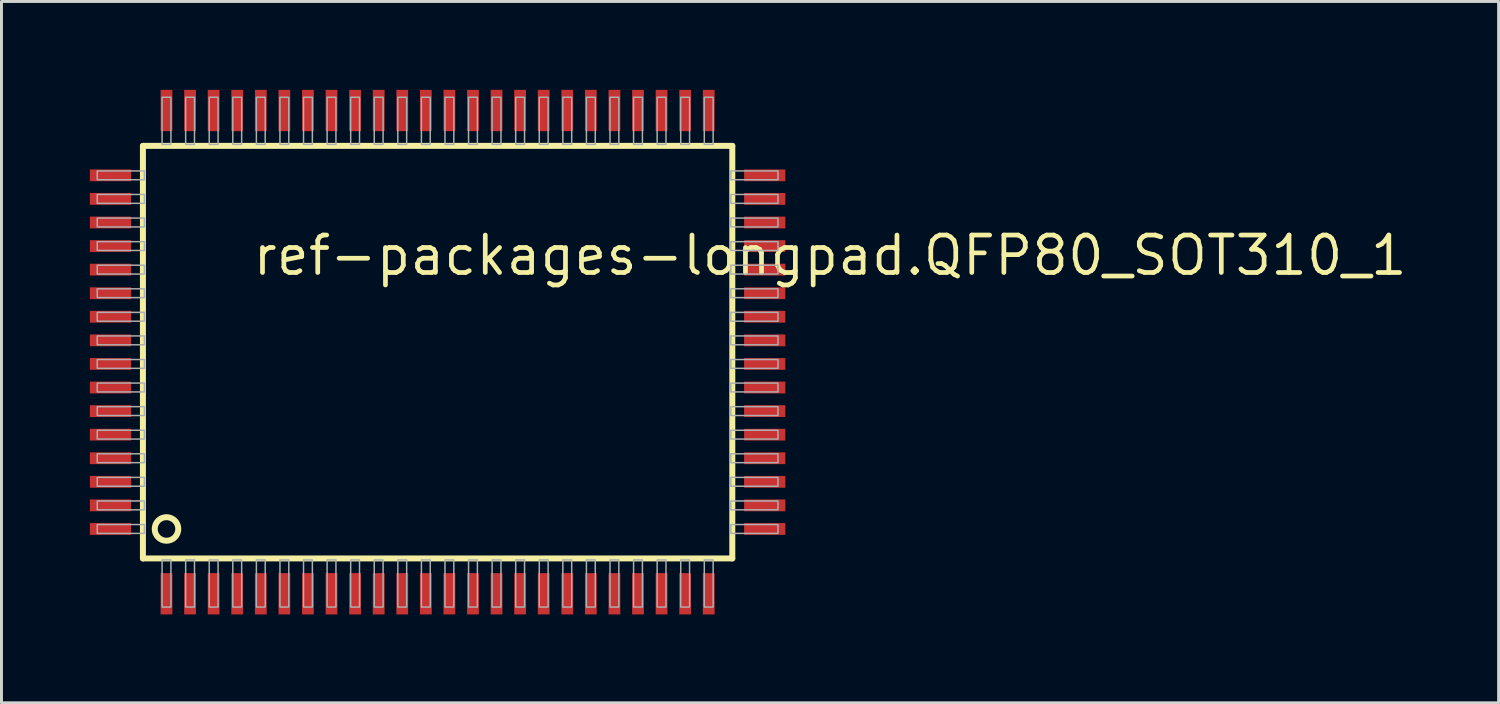
<source format=kicad_pcb>
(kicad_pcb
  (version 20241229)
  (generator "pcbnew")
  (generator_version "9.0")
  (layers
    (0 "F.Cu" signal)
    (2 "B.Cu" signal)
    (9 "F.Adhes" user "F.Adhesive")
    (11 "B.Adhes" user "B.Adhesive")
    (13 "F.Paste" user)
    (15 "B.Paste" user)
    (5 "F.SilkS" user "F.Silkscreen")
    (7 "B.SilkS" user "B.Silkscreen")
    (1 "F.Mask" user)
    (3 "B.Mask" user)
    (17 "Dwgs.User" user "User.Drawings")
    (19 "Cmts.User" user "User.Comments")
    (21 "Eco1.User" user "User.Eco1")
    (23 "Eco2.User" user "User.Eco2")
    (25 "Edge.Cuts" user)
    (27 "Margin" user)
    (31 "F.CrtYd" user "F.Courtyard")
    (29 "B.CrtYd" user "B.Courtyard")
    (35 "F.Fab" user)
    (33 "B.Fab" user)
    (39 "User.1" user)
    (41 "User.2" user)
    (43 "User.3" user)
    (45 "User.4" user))
  (footprint "ref-packages-longpad.QFP80_SOT310_1"
    (layer "F.Cu")
    (at 11.8 8.9)
    (property "Reference" "ref-packages-longpad.QFP80_SOT310_1" (at -6.35 -2.54 0) (layer "F.SilkS") (effects (font (size 1.27 1.27) (thickness 0.16)) (justify left bottom)))
    (attr smd)
    (fp_line (start -10 -7) (end 10 -7) (stroke (width 0.203) (type default)) (layer "F.SilkS"))
    (fp_line (start -10 7) (end -10 -7) (stroke (width 0.203) (type default)) (layer "F.SilkS"))
    (fp_line (start 10 -7) (end 10 7) (stroke (width 0.203) (type default)) (layer "F.SilkS"))
    (fp_line (start 10 7) (end -10 7) (stroke (width 0.203) (type default)) (layer "F.SilkS"))
    (fp_circle (center -9.2 6) (end -8.8 6) (stroke (width 0.203) (type default)) (fill no) (layer "F.SilkS"))
    (fp_rect (start -11.55 -5.85) (end -9.95 -6.15) (stroke (width 0.05) (type default)) (fill no) (layer "F.Fab"))
    (fp_rect (start -11.55 -5.05) (end -9.95 -5.35) (stroke (width 0.05) (type default)) (fill no) (layer "F.Fab"))
    (fp_rect (start -11.55 -4.25) (end -9.95 -4.55) (stroke (width 0.05) (type default)) (fill no) (layer "F.Fab"))
    (fp_rect (start -11.55 -3.45) (end -9.95 -3.75) (stroke (width 0.05) (type default)) (fill no) (layer "F.Fab"))
    (fp_rect (start -11.55 -2.65) (end -9.95 -2.95) (stroke (width 0.05) (type default)) (fill no) (layer "F.Fab"))
    (fp_rect (start -11.55 -1.85) (end -9.95 -2.15) (stroke (width 0.05) (type default)) (fill no) (layer "F.Fab"))
    (fp_rect (start -11.55 -1.05) (end -9.95 -1.35) (stroke (width 0.05) (type default)) (fill no) (layer "F.Fab"))
    (fp_rect (start -11.55 -0.25) (end -9.95 -0.55) (stroke (width 0.05) (type default)) (fill no) (layer "F.Fab"))
    (fp_rect (start -11.55 0.55) (end -9.95 0.25) (stroke (width 0.05) (type default)) (fill no) (layer "F.Fab"))
    (fp_rect (start -11.55 1.35) (end -9.95 1.05) (stroke (width 0.05) (type default)) (fill no) (layer "F.Fab"))
    (fp_rect (start -11.55 2.15) (end -9.95 1.85) (stroke (width 0.05) (type default)) (fill no) (layer "F.Fab"))
    (fp_rect (start -11.55 2.95) (end -9.95 2.65) (stroke (width 0.05) (type default)) (fill no) (layer "F.Fab"))
    (fp_rect (start -11.55 3.75) (end -9.95 3.45) (stroke (width 0.05) (type default)) (fill no) (layer "F.Fab"))
    (fp_rect (start -11.55 4.55) (end -9.95 4.25) (stroke (width 0.05) (type default)) (fill no) (layer "F.Fab"))
    (fp_rect (start -11.55 5.35) (end -9.95 5.05) (stroke (width 0.05) (type default)) (fill no) (layer "F.Fab"))
    (fp_rect (start -11.55 6.15) (end -9.95 5.85) (stroke (width 0.05) (type default)) (fill no) (layer "F.Fab"))
    (fp_rect (start -9.35 -7.05) (end -9.05 -8.65) (stroke (width 0.05) (type default)) (fill no) (layer "F.Fab"))
    (fp_rect (start -9.35 8.65) (end -9.05 7.05) (stroke (width 0.05) (type default)) (fill no) (layer "F.Fab"))
    (fp_rect (start -8.55 -7.05) (end -8.25 -8.65) (stroke (width 0.05) (type default)) (fill no) (layer "F.Fab"))
    (fp_rect (start -8.55 8.65) (end -8.25 7.05) (stroke (width 0.05) (type default)) (fill no) (layer "F.Fab"))
    (fp_rect (start -7.75 -7.05) (end -7.45 -8.65) (stroke (width 0.05) (type default)) (fill no) (layer "F.Fab"))
    (fp_rect (start -7.75 8.65) (end -7.45 7.05) (stroke (width 0.05) (type default)) (fill no) (layer "F.Fab"))
    (fp_rect (start -6.95 -7.05) (end -6.65 -8.65) (stroke (width 0.05) (type default)) (fill no) (layer "F.Fab"))
    (fp_rect (start -6.95 8.65) (end -6.65 7.05) (stroke (width 0.05) (type default)) (fill no) (layer "F.Fab"))
    (fp_rect (start -6.15 -7.05) (end -5.85 -8.65) (stroke (width 0.05) (type default)) (fill no) (layer "F.Fab"))
    (fp_rect (start -6.15 8.65) (end -5.85 7.05) (stroke (width 0.05) (type default)) (fill no) (layer "F.Fab"))
    (fp_rect (start -5.35 -7.05) (end -5.05 -8.65) (stroke (width 0.05) (type default)) (fill no) (layer "F.Fab"))
    (fp_rect (start -5.35 8.65) (end -5.05 7.05) (stroke (width 0.05) (type default)) (fill no) (layer "F.Fab"))
    (fp_rect (start -4.55 -7.05) (end -4.25 -8.65) (stroke (width 0.05) (type default)) (fill no) (layer "F.Fab"))
    (fp_rect (start -4.55 8.65) (end -4.25 7.05) (stroke (width 0.05) (type default)) (fill no) (layer "F.Fab"))
    (fp_rect (start -3.75 -7.05) (end -3.45 -8.65) (stroke (width 0.05) (type default)) (fill no) (layer "F.Fab"))
    (fp_rect (start -3.75 8.65) (end -3.45 7.05) (stroke (width 0.05) (type default)) (fill no) (layer "F.Fab"))
    (fp_rect (start -2.95 -7.05) (end -2.65 -8.65) (stroke (width 0.05) (type default)) (fill no) (layer "F.Fab"))
    (fp_rect (start -2.95 8.65) (end -2.65 7.05) (stroke (width 0.05) (type default)) (fill no) (layer "F.Fab"))
    (fp_rect (start -2.15 -7.05) (end -1.85 -8.65) (stroke (width 0.05) (type default)) (fill no) (layer "F.Fab"))
    (fp_rect (start -2.15 8.65) (end -1.85 7.05) (stroke (width 0.05) (type default)) (fill no) (layer "F.Fab"))
    (fp_rect (start -1.35 -7.05) (end -1.05 -8.65) (stroke (width 0.05) (type default)) (fill no) (layer "F.Fab"))
    (fp_rect (start -1.35 8.65) (end -1.05 7.05) (stroke (width 0.05) (type default)) (fill no) (layer "F.Fab"))
    (fp_rect (start -0.55 -7.05) (end -0.25 -8.65) (stroke (width 0.05) (type default)) (fill no) (layer "F.Fab"))
    (fp_rect (start -0.55 8.65) (end -0.25 7.05) (stroke (width 0.05) (type default)) (fill no) (layer "F.Fab"))
    (fp_rect (start 0.25 -7.05) (end 0.55 -8.65) (stroke (width 0.05) (type default)) (fill no) (layer "F.Fab"))
    (fp_rect (start 0.25 8.65) (end 0.55 7.05) (stroke (width 0.05) (type default)) (fill no) (layer "F.Fab"))
    (fp_rect (start 1.05 -7.05) (end 1.35 -8.65) (stroke (width 0.05) (type default)) (fill no) (layer "F.Fab"))
    (fp_rect (start 1.05 8.65) (end 1.35 7.05) (stroke (width 0.05) (type default)) (fill no) (layer "F.Fab"))
    (fp_rect (start 1.85 -7.05) (end 2.15 -8.65) (stroke (width 0.05) (type default)) (fill no) (layer "F.Fab"))
    (fp_rect (start 1.85 8.65) (end 2.15 7.05) (stroke (width 0.05) (type default)) (fill no) (layer "F.Fab"))
    (fp_rect (start 2.65 -7.05) (end 2.95 -8.65) (stroke (width 0.05) (type default)) (fill no) (layer "F.Fab"))
    (fp_rect (start 2.65 8.65) (end 2.95 7.05) (stroke (width 0.05) (type default)) (fill no) (layer "F.Fab"))
    (fp_rect (start 3.45 -7.05) (end 3.75 -8.65) (stroke (width 0.05) (type default)) (fill no) (layer "F.Fab"))
    (fp_rect (start 3.45 8.65) (end 3.75 7.05) (stroke (width 0.05) (type default)) (fill no) (layer "F.Fab"))
    (fp_rect (start 4.25 -7.05) (end 4.55 -8.65) (stroke (width 0.05) (type default)) (fill no) (layer "F.Fab"))
    (fp_rect (start 4.25 8.65) (end 4.55 7.05) (stroke (width 0.05) (type default)) (fill no) (layer "F.Fab"))
    (fp_rect (start 5.05 -7.05) (end 5.35 -8.65) (stroke (width 0.05) (type default)) (fill no) (layer "F.Fab"))
    (fp_rect (start 5.05 8.65) (end 5.35 7.05) (stroke (width 0.05) (type default)) (fill no) (layer "F.Fab"))
    (fp_rect (start 5.85 -7.05) (end 6.15 -8.65) (stroke (width 0.05) (type default)) (fill no) (layer "F.Fab"))
    (fp_rect (start 5.85 8.65) (end 6.15 7.05) (stroke (width 0.05) (type default)) (fill no) (layer "F.Fab"))
    (fp_rect (start 6.65 -7.05) (end 6.95 -8.65) (stroke (width 0.05) (type default)) (fill no) (layer "F.Fab"))
    (fp_rect (start 6.65 8.65) (end 6.95 7.05) (stroke (width 0.05) (type default)) (fill no) (layer "F.Fab"))
    (fp_rect (start 7.45 -7.05) (end 7.75 -8.65) (stroke (width 0.05) (type default)) (fill no) (layer "F.Fab"))
    (fp_rect (start 7.45 8.65) (end 7.75 7.05) (stroke (width 0.05) (type default)) (fill no) (layer "F.Fab"))
    (fp_rect (start 8.25 -7.05) (end 8.55 -8.65) (stroke (width 0.05) (type default)) (fill no) (layer "F.Fab"))
    (fp_rect (start 8.25 8.65) (end 8.55 7.05) (stroke (width 0.05) (type default)) (fill no) (layer "F.Fab"))
    (fp_rect (start 9.05 -7.05) (end 9.35 -8.65) (stroke (width 0.05) (type default)) (fill no) (layer "F.Fab"))
    (fp_rect (start 9.05 8.65) (end 9.35 7.05) (stroke (width 0.05) (type default)) (fill no) (layer "F.Fab"))
    (fp_rect (start 9.95 -5.85) (end 11.55 -6.15) (stroke (width 0.05) (type default)) (fill no) (layer "F.Fab"))
    (fp_rect (start 9.95 -5.05) (end 11.55 -5.35) (stroke (width 0.05) (type default)) (fill no) (layer "F.Fab"))
    (fp_rect (start 9.95 -4.25) (end 11.55 -4.55) (stroke (width 0.05) (type default)) (fill no) (layer "F.Fab"))
    (fp_rect (start 9.95 -3.45) (end 11.55 -3.75) (stroke (width 0.05) (type default)) (fill no) (layer "F.Fab"))
    (fp_rect (start 9.95 -2.65) (end 11.55 -2.95) (stroke (width 0.05) (type default)) (fill no) (layer "F.Fab"))
    (fp_rect (start 9.95 -1.85) (end 11.55 -2.15) (stroke (width 0.05) (type default)) (fill no) (layer "F.Fab"))
    (fp_rect (start 9.95 -1.05) (end 11.55 -1.35) (stroke (width 0.05) (type default)) (fill no) (layer "F.Fab"))
    (fp_rect (start 9.95 -0.25) (end 11.55 -0.55) (stroke (width 0.05) (type default)) (fill no) (layer "F.Fab"))
    (fp_rect (start 9.95 0.55) (end 11.55 0.25) (stroke (width 0.05) (type default)) (fill no) (layer "F.Fab"))
    (fp_rect (start 9.95 1.35) (end 11.55 1.05) (stroke (width 0.05) (type default)) (fill no) (layer "F.Fab"))
    (fp_rect (start 9.95 2.15) (end 11.55 1.85) (stroke (width 0.05) (type default)) (fill no) (layer "F.Fab"))
    (fp_rect (start 9.95 2.95) (end 11.55 2.65) (stroke (width 0.05) (type default)) (fill no) (layer "F.Fab"))
    (fp_rect (start 9.95 3.75) (end 11.55 3.45) (stroke (width 0.05) (type default)) (fill no) (layer "F.Fab"))
    (fp_rect (start 9.95 4.55) (end 11.55 4.25) (stroke (width 0.05) (type default)) (fill no) (layer "F.Fab"))
    (fp_rect (start 9.95 5.35) (end 11.55 5.05) (stroke (width 0.05) (type default)) (fill no) (layer "F.Fab"))
    (fp_rect (start 9.95 6.15) (end 11.55 5.85) (stroke (width 0.05) (type default)) (fill no) (layer "F.Fab"))
    (pad "1" smd roundrect (at -9.2 8.2) (size 0.4 1.4) (layers "F.Cu" "F.Mask" "F.Paste") (roundrect_rratio 0.01))
    (pad "2" smd roundrect (at -8.4 8.2) (size 0.4 1.4) (layers "F.Cu" "F.Mask" "F.Paste") (roundrect_rratio 0.01))
    (pad "3" smd roundrect (at -7.6 8.2) (size 0.4 1.4) (layers "F.Cu" "F.Mask" "F.Paste") (roundrect_rratio 0.01))
    (pad "4" smd roundrect (at -6.8 8.2) (size 0.4 1.4) (layers "F.Cu" "F.Mask" "F.Paste") (roundrect_rratio 0.01))
    (pad "5" smd roundrect (at -6 8.2) (size 0.4 1.4) (layers "F.Cu" "F.Mask" "F.Paste") (roundrect_rratio 0.01))
    (pad "6" smd roundrect (at -5.2 8.2) (size 0.4 1.4) (layers "F.Cu" "F.Mask" "F.Paste") (roundrect_rratio 0.01))
    (pad "7" smd roundrect (at -4.4 8.2) (size 0.4 1.4) (layers "F.Cu" "F.Mask" "F.Paste") (roundrect_rratio 0.01))
    (pad "8" smd roundrect (at -3.6 8.2) (size 0.4 1.4) (layers "F.Cu" "F.Mask" "F.Paste") (roundrect_rratio 0.01))
    (pad "9" smd roundrect (at -2.8 8.2) (size 0.4 1.4) (layers "F.Cu" "F.Mask" "F.Paste") (roundrect_rratio 0.01))
    (pad "10" smd roundrect (at -2 8.2) (size 0.4 1.4) (layers "F.Cu" "F.Mask" "F.Paste") (roundrect_rratio 0.01))
    (pad "11" smd roundrect (at -1.2 8.2) (size 0.4 1.4) (layers "F.Cu" "F.Mask" "F.Paste") (roundrect_rratio 0.01))
    (pad "12" smd roundrect (at -0.4 8.2) (size 0.4 1.4) (layers "F.Cu" "F.Mask" "F.Paste") (roundrect_rratio 0.01))
    (pad "13" smd roundrect (at 0.4 8.2) (size 0.4 1.4) (layers "F.Cu" "F.Mask" "F.Paste") (roundrect_rratio 0.01))
    (pad "14" smd roundrect (at 1.2 8.2) (size 0.4 1.4) (layers "F.Cu" "F.Mask" "F.Paste") (roundrect_rratio 0.01))
    (pad "15" smd roundrect (at 2 8.2) (size 0.4 1.4) (layers "F.Cu" "F.Mask" "F.Paste") (roundrect_rratio 0.01))
    (pad "16" smd roundrect (at 2.8 8.2) (size 0.4 1.4) (layers "F.Cu" "F.Mask" "F.Paste") (roundrect_rratio 0.01))
    (pad "17" smd roundrect (at 3.6 8.2) (size 0.4 1.4) (layers "F.Cu" "F.Mask" "F.Paste") (roundrect_rratio 0.01))
    (pad "18" smd roundrect (at 4.4 8.2) (size 0.4 1.4) (layers "F.Cu" "F.Mask" "F.Paste") (roundrect_rratio 0.01))
    (pad "19" smd roundrect (at 5.2 8.2) (size 0.4 1.4) (layers "F.Cu" "F.Mask" "F.Paste") (roundrect_rratio 0.01))
    (pad "20" smd roundrect (at 6 8.2) (size 0.4 1.4) (layers "F.Cu" "F.Mask" "F.Paste") (roundrect_rratio 0.01))
    (pad "21" smd roundrect (at 6.8 8.2) (size 0.4 1.4) (layers "F.Cu" "F.Mask" "F.Paste") (roundrect_rratio 0.01))
    (pad "22" smd roundrect (at 7.6 8.2) (size 0.4 1.4) (layers "F.Cu" "F.Mask" "F.Paste") (roundrect_rratio 0.01))
    (pad "23" smd roundrect (at 8.4 8.2) (size 0.4 1.4) (layers "F.Cu" "F.Mask" "F.Paste") (roundrect_rratio 0.01))
    (pad "24" smd roundrect (at 9.2 8.2) (size 0.4 1.4) (layers "F.Cu" "F.Mask" "F.Paste") (roundrect_rratio 0.01))
    (pad "25" smd roundrect (at 11.1 6) (size 1.4 0.4) (layers "F.Cu" "F.Mask" "F.Paste") (roundrect_rratio 0.01))
    (pad "26" smd roundrect (at 11.1 5.2) (size 1.4 0.4) (layers "F.Cu" "F.Mask" "F.Paste") (roundrect_rratio 0.01))
    (pad "27" smd roundrect (at 11.1 4.4) (size 1.4 0.4) (layers "F.Cu" "F.Mask" "F.Paste") (roundrect_rratio 0.01))
    (pad "28" smd roundrect (at 11.1 3.6) (size 1.4 0.4) (layers "F.Cu" "F.Mask" "F.Paste") (roundrect_rratio 0.01))
    (pad "29" smd roundrect (at 11.1 2.8) (size 1.4 0.4) (layers "F.Cu" "F.Mask" "F.Paste") (roundrect_rratio 0.01))
    (pad "30" smd roundrect (at 11.1 2) (size 1.4 0.4) (layers "F.Cu" "F.Mask" "F.Paste") (roundrect_rratio 0.01))
    (pad "31" smd roundrect (at 11.1 1.2) (size 1.4 0.4) (layers "F.Cu" "F.Mask" "F.Paste") (roundrect_rratio 0.01))
    (pad "32" smd roundrect (at 11.1 0.4) (size 1.4 0.4) (layers "F.Cu" "F.Mask" "F.Paste") (roundrect_rratio 0.01))
    (pad "33" smd roundrect (at 11.1 -0.4) (size 1.4 0.4) (layers "F.Cu" "F.Mask" "F.Paste") (roundrect_rratio 0.01))
    (pad "34" smd roundrect (at 11.1 -1.2) (size 1.4 0.4) (layers "F.Cu" "F.Mask" "F.Paste") (roundrect_rratio 0.01))
    (pad "35" smd roundrect (at 11.1 -2) (size 1.4 0.4) (layers "F.Cu" "F.Mask" "F.Paste") (roundrect_rratio 0.01))
    (pad "36" smd roundrect (at 11.1 -2.8) (size 1.4 0.4) (layers "F.Cu" "F.Mask" "F.Paste") (roundrect_rratio 0.01))
    (pad "37" smd roundrect (at 11.1 -3.6) (size 1.4 0.4) (layers "F.Cu" "F.Mask" "F.Paste") (roundrect_rratio 0.01))
    (pad "38" smd roundrect (at 11.1 -4.4) (size 1.4 0.4) (layers "F.Cu" "F.Mask" "F.Paste") (roundrect_rratio 0.01))
    (pad "39" smd roundrect (at 11.1 -5.2) (size 1.4 0.4) (layers "F.Cu" "F.Mask" "F.Paste") (roundrect_rratio 0.01))
    (pad "40" smd roundrect (at 11.1 -6) (size 1.4 0.4) (layers "F.Cu" "F.Mask" "F.Paste") (roundrect_rratio 0.01))
    (pad "41" smd roundrect (at 9.2 -8.2) (size 0.4 1.4) (layers "F.Cu" "F.Mask" "F.Paste") (roundrect_rratio 0.01))
    (pad "42" smd roundrect (at 8.4 -8.2) (size 0.4 1.4) (layers "F.Cu" "F.Mask" "F.Paste") (roundrect_rratio 0.01))
    (pad "43" smd roundrect (at 7.6 -8.2) (size 0.4 1.4) (layers "F.Cu" "F.Mask" "F.Paste") (roundrect_rratio 0.01))
    (pad "44" smd roundrect (at 6.8 -8.2) (size 0.4 1.4) (layers "F.Cu" "F.Mask" "F.Paste") (roundrect_rratio 0.01))
    (pad "45" smd roundrect (at 6 -8.2) (size 0.4 1.4) (layers "F.Cu" "F.Mask" "F.Paste") (roundrect_rratio 0.01))
    (pad "46" smd roundrect (at 5.2 -8.2) (size 0.4 1.4) (layers "F.Cu" "F.Mask" "F.Paste") (roundrect_rratio 0.01))
    (pad "47" smd roundrect (at 4.4 -8.2) (size 0.4 1.4) (layers "F.Cu" "F.Mask" "F.Paste") (roundrect_rratio 0.01))
    (pad "48" smd roundrect (at 3.6 -8.2) (size 0.4 1.4) (layers "F.Cu" "F.Mask" "F.Paste") (roundrect_rratio 0.01))
    (pad "49" smd roundrect (at 2.8 -8.2) (size 0.4 1.4) (layers "F.Cu" "F.Mask" "F.Paste") (roundrect_rratio 0.01))
    (pad "50" smd roundrect (at 2 -8.2) (size 0.4 1.4) (layers "F.Cu" "F.Mask" "F.Paste") (roundrect_rratio 0.01))
    (pad "51" smd roundrect (at 1.2 -8.2) (size 0.4 1.4) (layers "F.Cu" "F.Mask" "F.Paste") (roundrect_rratio 0.01))
    (pad "52" smd roundrect (at 0.4 -8.2) (size 0.4 1.4) (layers "F.Cu" "F.Mask" "F.Paste") (roundrect_rratio 0.01))
    (pad "53" smd roundrect (at -0.4 -8.2) (size 0.4 1.4) (layers "F.Cu" "F.Mask" "F.Paste") (roundrect_rratio 0.01))
    (pad "54" smd roundrect (at -1.2 -8.2) (size 0.4 1.4) (layers "F.Cu" "F.Mask" "F.Paste") (roundrect_rratio 0.01))
    (pad "55" smd roundrect (at -2 -8.2) (size 0.4 1.4) (layers "F.Cu" "F.Mask" "F.Paste") (roundrect_rratio 0.01))
    (pad "56" smd roundrect (at -2.8 -8.2) (size 0.4 1.4) (layers "F.Cu" "F.Mask" "F.Paste") (roundrect_rratio 0.01))
    (pad "57" smd roundrect (at -3.6 -8.2) (size 0.4 1.4) (layers "F.Cu" "F.Mask" "F.Paste") (roundrect_rratio 0.01))
    (pad "58" smd roundrect (at -4.4 -8.2) (size 0.4 1.4) (layers "F.Cu" "F.Mask" "F.Paste") (roundrect_rratio 0.01))
    (pad "59" smd roundrect (at -5.2 -8.2) (size 0.4 1.4) (layers "F.Cu" "F.Mask" "F.Paste") (roundrect_rratio 0.01))
    (pad "60" smd roundrect (at -6 -8.2) (size 0.4 1.4) (layers "F.Cu" "F.Mask" "F.Paste") (roundrect_rratio 0.01))
    (pad "61" smd roundrect (at -6.8 -8.2) (size 0.4 1.4) (layers "F.Cu" "F.Mask" "F.Paste") (roundrect_rratio 0.01))
    (pad "62" smd roundrect (at -7.6 -8.2) (size 0.4 1.4) (layers "F.Cu" "F.Mask" "F.Paste") (roundrect_rratio 0.01))
    (pad "63" smd roundrect (at -8.4 -8.2) (size 0.4 1.4) (layers "F.Cu" "F.Mask" "F.Paste") (roundrect_rratio 0.01))
    (pad "64" smd roundrect (at -9.2 -8.2) (size 0.4 1.4) (layers "F.Cu" "F.Mask" "F.Paste") (roundrect_rratio 0.01))
    (pad "65" smd roundrect (at -11.1 -6) (size 1.4 0.4) (layers "F.Cu" "F.Mask" "F.Paste") (roundrect_rratio 0.01))
    (pad "66" smd roundrect (at -11.1 -5.2) (size 1.4 0.4) (layers "F.Cu" "F.Mask" "F.Paste") (roundrect_rratio 0.01))
    (pad "67" smd roundrect (at -11.1 -4.4) (size 1.4 0.4) (layers "F.Cu" "F.Mask" "F.Paste") (roundrect_rratio 0.01))
    (pad "68" smd roundrect (at -11.1 -3.6) (size 1.4 0.4) (layers "F.Cu" "F.Mask" "F.Paste") (roundrect_rratio 0.01))
    (pad "69" smd roundrect (at -11.1 -2.8) (size 1.4 0.4) (layers "F.Cu" "F.Mask" "F.Paste") (roundrect_rratio 0.01))
    (pad "70" smd roundrect (at -11.1 -2) (size 1.4 0.4) (layers "F.Cu" "F.Mask" "F.Paste") (roundrect_rratio 0.01))
    (pad "71" smd roundrect (at -11.1 -1.2) (size 1.4 0.4) (layers "F.Cu" "F.Mask" "F.Paste") (roundrect_rratio 0.01))
    (pad "72" smd roundrect (at -11.1 -0.4) (size 1.4 0.4) (layers "F.Cu" "F.Mask" "F.Paste") (roundrect_rratio 0.01))
    (pad "73" smd roundrect (at -11.1 0.4) (size 1.4 0.4) (layers "F.Cu" "F.Mask" "F.Paste") (roundrect_rratio 0.01))
    (pad "74" smd roundrect (at -11.1 1.2) (size 1.4 0.4) (layers "F.Cu" "F.Mask" "F.Paste") (roundrect_rratio 0.01))
    (pad "75" smd roundrect (at -11.1 2) (size 1.4 0.4) (layers "F.Cu" "F.Mask" "F.Paste") (roundrect_rratio 0.01))
    (pad "76" smd roundrect (at -11.1 2.8) (size 1.4 0.4) (layers "F.Cu" "F.Mask" "F.Paste") (roundrect_rratio 0.01))
    (pad "77" smd roundrect (at -11.1 3.6) (size 1.4 0.4) (layers "F.Cu" "F.Mask" "F.Paste") (roundrect_rratio 0.01))
    (pad "78" smd roundrect (at -11.1 4.4) (size 1.4 0.4) (layers "F.Cu" "F.Mask" "F.Paste") (roundrect_rratio 0.01))
    (pad "79" smd roundrect (at -11.1 5.2) (size 1.4 0.4) (layers "F.Cu" "F.Mask" "F.Paste") (roundrect_rratio 0.01))
    (pad "80" smd roundrect (at -11.1 6) (size 1.4 0.4) (layers "F.Cu" "F.Mask" "F.Paste") (roundrect_rratio 0.01)))
  (gr_rect
    (start -3 -3)
    (end 47.804 20.8)
    (stroke (width 0.1) (type default))
    (fill no)
    (layer "Edge.Cuts")))
</source>
